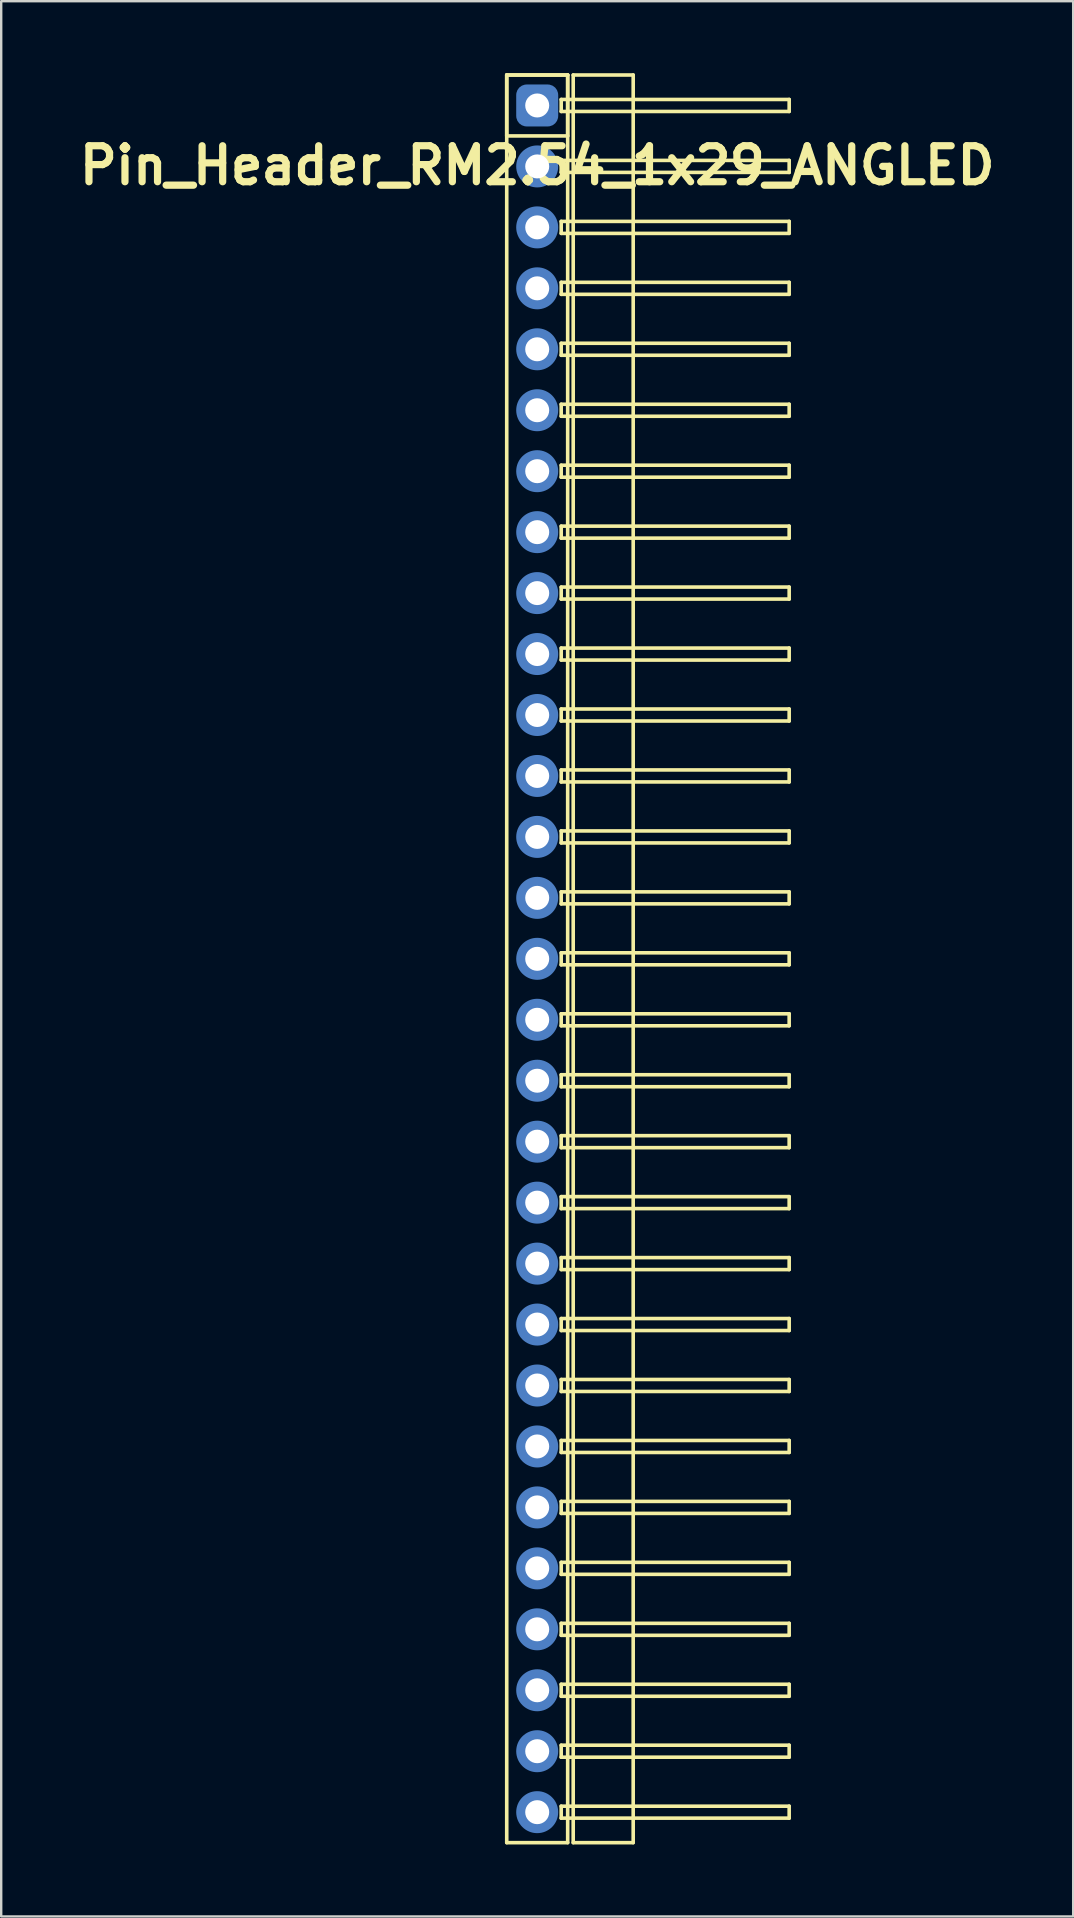
<source format=kicad_pcb>
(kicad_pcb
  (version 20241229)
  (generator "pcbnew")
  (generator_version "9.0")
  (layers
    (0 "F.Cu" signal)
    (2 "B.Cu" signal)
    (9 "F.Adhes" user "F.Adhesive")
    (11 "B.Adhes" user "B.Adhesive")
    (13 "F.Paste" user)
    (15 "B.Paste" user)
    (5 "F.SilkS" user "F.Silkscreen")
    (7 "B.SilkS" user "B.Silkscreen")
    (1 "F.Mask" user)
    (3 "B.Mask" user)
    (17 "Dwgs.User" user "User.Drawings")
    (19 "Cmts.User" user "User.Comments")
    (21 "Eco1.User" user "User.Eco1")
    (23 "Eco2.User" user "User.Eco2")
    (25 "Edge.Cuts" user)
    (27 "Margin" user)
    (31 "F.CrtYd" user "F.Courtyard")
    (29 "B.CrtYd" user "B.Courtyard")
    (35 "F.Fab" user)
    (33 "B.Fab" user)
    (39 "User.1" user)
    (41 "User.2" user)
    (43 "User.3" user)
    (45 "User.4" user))
  (footprint "Pin_Header_RM2.54_1x29_ANGLED"
    (layer "F.Cu")
    (at 19.336 1.345)
    (property "Reference" "Pin_Header_RM2.54_1x29_ANGLED" (at 0 2.5 0) (layer "F.SilkS") (effects (font (size 1.5 1.5) (thickness 0.3))))
    (attr through_hole)
    (fp_line (start -1.27 -1.27) (end 1.27 -1.27) (stroke (width 0.15) (type solid)) (layer "F.SilkS"))
    (fp_line (start -1.27 -1.27) (end 1.27 -1.27) (stroke (width 0.15) (type solid)) (layer "F.SilkS"))
    (fp_line (start -1.27 1.27) (end -1.27 -1.27) (stroke (width 0.15) (type solid)) (layer "F.SilkS"))
    (fp_line (start -1.27 72.39) (end -1.27 -1.27) (stroke (width 0.15) (type solid)) (layer "F.SilkS"))
    (fp_line (start 1 -0.25) (end 10.5 -0.25) (stroke (width 0.15) (type solid)) (layer "F.SilkS"))
    (fp_line (start 1 0.25) (end 1 -0.25) (stroke (width 0.15) (type solid)) (layer "F.SilkS"))
    (fp_line (start 1 2.29) (end 10.5 2.29) (stroke (width 0.15) (type solid)) (layer "F.SilkS"))
    (fp_line (start 1 2.79) (end 1 2.29) (stroke (width 0.15) (type solid)) (layer "F.SilkS"))
    (fp_line (start 1 4.83) (end 10.5 4.83) (stroke (width 0.15) (type solid)) (layer "F.SilkS"))
    (fp_line (start 1 5.33) (end 1 4.83) (stroke (width 0.15) (type solid)) (layer "F.SilkS"))
    (fp_line (start 1 7.37) (end 10.5 7.37) (stroke (width 0.15) (type solid)) (layer "F.SilkS"))
    (fp_line (start 1 7.87) (end 1 7.37) (stroke (width 0.15) (type solid)) (layer "F.SilkS"))
    (fp_line (start 1 9.91) (end 10.5 9.91) (stroke (width 0.15) (type solid)) (layer "F.SilkS"))
    (fp_line (start 1 10.41) (end 1 9.91) (stroke (width 0.15) (type solid)) (layer "F.SilkS"))
    (fp_line (start 1 12.45) (end 10.5 12.45) (stroke (width 0.15) (type solid)) (layer "F.SilkS"))
    (fp_line (start 1 12.95) (end 1 12.45) (stroke (width 0.15) (type solid)) (layer "F.SilkS"))
    (fp_line (start 1 14.99) (end 10.5 14.99) (stroke (width 0.15) (type solid)) (layer "F.SilkS"))
    (fp_line (start 1 15.49) (end 1 14.99) (stroke (width 0.15) (type solid)) (layer "F.SilkS"))
    (fp_line (start 1 17.53) (end 10.5 17.53) (stroke (width 0.15) (type solid)) (layer "F.SilkS"))
    (fp_line (start 1 18.03) (end 1 17.53) (stroke (width 0.15) (type solid)) (layer "F.SilkS"))
    (fp_line (start 1 20.07) (end 10.5 20.07) (stroke (width 0.15) (type solid)) (layer "F.SilkS"))
    (fp_line (start 1 20.57) (end 1 20.07) (stroke (width 0.15) (type solid)) (layer "F.SilkS"))
    (fp_line (start 1 22.61) (end 10.5 22.61) (stroke (width 0.15) (type solid)) (layer "F.SilkS"))
    (fp_line (start 1 23.11) (end 1 22.61) (stroke (width 0.15) (type solid)) (layer "F.SilkS"))
    (fp_line (start 1 25.15) (end 10.5 25.15) (stroke (width 0.15) (type solid)) (layer "F.SilkS"))
    (fp_line (start 1 25.65) (end 1 25.15) (stroke (width 0.15) (type solid)) (layer "F.SilkS"))
    (fp_line (start 1 27.69) (end 10.5 27.69) (stroke (width 0.15) (type solid)) (layer "F.SilkS"))
    (fp_line (start 1 28.19) (end 1 27.69) (stroke (width 0.15) (type solid)) (layer "F.SilkS"))
    (fp_line (start 1 30.23) (end 10.5 30.23) (stroke (width 0.15) (type solid)) (layer "F.SilkS"))
    (fp_line (start 1 30.73) (end 1 30.23) (stroke (width 0.15) (type solid)) (layer "F.SilkS"))
    (fp_line (start 1 32.77) (end 10.5 32.77) (stroke (width 0.15) (type solid)) (layer "F.SilkS"))
    (fp_line (start 1 33.27) (end 1 32.77) (stroke (width 0.15) (type solid)) (layer "F.SilkS"))
    (fp_line (start 1 35.31) (end 10.5 35.31) (stroke (width 0.15) (type solid)) (layer "F.SilkS"))
    (fp_line (start 1 35.81) (end 1 35.31) (stroke (width 0.15) (type solid)) (layer "F.SilkS"))
    (fp_line (start 1 37.85) (end 10.5 37.85) (stroke (width 0.15) (type solid)) (layer "F.SilkS"))
    (fp_line (start 1 38.35) (end 1 37.85) (stroke (width 0.15) (type solid)) (layer "F.SilkS"))
    (fp_line (start 1 40.39) (end 10.5 40.39) (stroke (width 0.15) (type solid)) (layer "F.SilkS"))
    (fp_line (start 1 40.89) (end 1 40.39) (stroke (width 0.15) (type solid)) (layer "F.SilkS"))
    (fp_line (start 1 42.93) (end 10.5 42.93) (stroke (width 0.15) (type solid)) (layer "F.SilkS"))
    (fp_line (start 1 43.43) (end 1 42.93) (stroke (width 0.15) (type solid)) (layer "F.SilkS"))
    (fp_line (start 1 45.47) (end 10.5 45.47) (stroke (width 0.15) (type solid)) (layer "F.SilkS"))
    (fp_line (start 1 45.97) (end 1 45.47) (stroke (width 0.15) (type solid)) (layer "F.SilkS"))
    (fp_line (start 1 48.01) (end 10.5 48.01) (stroke (width 0.15) (type solid)) (layer "F.SilkS"))
    (fp_line (start 1 48.51) (end 1 48.01) (stroke (width 0.15) (type solid)) (layer "F.SilkS"))
    (fp_line (start 1 50.55) (end 10.5 50.55) (stroke (width 0.15) (type solid)) (layer "F.SilkS"))
    (fp_line (start 1 51.05) (end 1 50.55) (stroke (width 0.15) (type solid)) (layer "F.SilkS"))
    (fp_line (start 1 53.09) (end 10.5 53.09) (stroke (width 0.15) (type solid)) (layer "F.SilkS"))
    (fp_line (start 1 53.59) (end 1 53.09) (stroke (width 0.15) (type solid)) (layer "F.SilkS"))
    (fp_line (start 1 55.63) (end 10.5 55.63) (stroke (width 0.15) (type solid)) (layer "F.SilkS"))
    (fp_line (start 1 56.13) (end 1 55.63) (stroke (width 0.15) (type solid)) (layer "F.SilkS"))
    (fp_line (start 1 58.17) (end 10.5 58.17) (stroke (width 0.15) (type solid)) (layer "F.SilkS"))
    (fp_line (start 1 58.67) (end 1 58.17) (stroke (width 0.15) (type solid)) (layer "F.SilkS"))
    (fp_line (start 1 60.71) (end 10.5 60.71) (stroke (width 0.15) (type solid)) (layer "F.SilkS"))
    (fp_line (start 1 61.21) (end 1 60.71) (stroke (width 0.15) (type solid)) (layer "F.SilkS"))
    (fp_line (start 1 63.25) (end 10.5 63.25) (stroke (width 0.15) (type solid)) (layer "F.SilkS"))
    (fp_line (start 1 63.75) (end 1 63.25) (stroke (width 0.15) (type solid)) (layer "F.SilkS"))
    (fp_line (start 1 65.79) (end 10.5 65.79) (stroke (width 0.15) (type solid)) (layer "F.SilkS"))
    (fp_line (start 1 66.29) (end 1 65.79) (stroke (width 0.15) (type solid)) (layer "F.SilkS"))
    (fp_line (start 1 68.33) (end 10.5 68.33) (stroke (width 0.15) (type solid)) (layer "F.SilkS"))
    (fp_line (start 1 68.83) (end 1 68.33) (stroke (width 0.15) (type solid)) (layer "F.SilkS"))
    (fp_line (start 1 70.87) (end 10.5 70.87) (stroke (width 0.15) (type solid)) (layer "F.SilkS"))
    (fp_line (start 1 71.37) (end 1 70.87) (stroke (width 0.15) (type solid)) (layer "F.SilkS"))
    (fp_line (start 1.27 -1.27) (end 1.27 1.27) (stroke (width 0.15) (type solid)) (layer "F.SilkS"))
    (fp_line (start 1.27 -1.27) (end 1.27 72.39) (stroke (width 0.15) (type solid)) (layer "F.SilkS"))
    (fp_line (start 1.27 1.27) (end -1.27 1.27) (stroke (width 0.15) (type solid)) (layer "F.SilkS"))
    (fp_line (start 1.27 72.39) (end -1.27 72.39) (stroke (width 0.15) (type solid)) (layer "F.SilkS"))
    (fp_line (start 1.5 -1.27) (end 4 -1.27) (stroke (width 0.15) (type solid)) (layer "F.SilkS"))
    (fp_line (start 1.5 72.39) (end 1.5 -1.27) (stroke (width 0.15) (type solid)) (layer "F.SilkS"))
    (fp_line (start 4 -1.27) (end 4 72.39) (stroke (width 0.15) (type solid)) (layer "F.SilkS"))
    (fp_line (start 4 72.39) (end 1.5 72.39) (stroke (width 0.15) (type solid)) (layer "F.SilkS"))
    (fp_line (start 10.5 -0.25) (end 10.5 0.25) (stroke (width 0.15) (type solid)) (layer "F.SilkS"))
    (fp_line (start 10.5 0.25) (end 1 0.25) (stroke (width 0.15) (type solid)) (layer "F.SilkS"))
    (fp_line (start 10.5 2.29) (end 10.5 2.79) (stroke (width 0.15) (type solid)) (layer "F.SilkS"))
    (fp_line (start 10.5 2.79) (end 1 2.79) (stroke (width 0.15) (type solid)) (layer "F.SilkS"))
    (fp_line (start 10.5 4.83) (end 10.5 5.33) (stroke (width 0.15) (type solid)) (layer "F.SilkS"))
    (fp_line (start 10.5 5.33) (end 1 5.33) (stroke (width 0.15) (type solid)) (layer "F.SilkS"))
    (fp_line (start 10.5 7.37) (end 10.5 7.87) (stroke (width 0.15) (type solid)) (layer "F.SilkS"))
    (fp_line (start 10.5 7.87) (end 1 7.87) (stroke (width 0.15) (type solid)) (layer "F.SilkS"))
    (fp_line (start 10.5 9.91) (end 10.5 10.41) (stroke (width 0.15) (type solid)) (layer "F.SilkS"))
    (fp_line (start 10.5 10.41) (end 1 10.41) (stroke (width 0.15) (type solid)) (layer "F.SilkS"))
    (fp_line (start 10.5 12.45) (end 10.5 12.95) (stroke (width 0.15) (type solid)) (layer "F.SilkS"))
    (fp_line (start 10.5 12.95) (end 1 12.95) (stroke (width 0.15) (type solid)) (layer "F.SilkS"))
    (fp_line (start 10.5 14.99) (end 10.5 15.49) (stroke (width 0.15) (type solid)) (layer "F.SilkS"))
    (fp_line (start 10.5 15.49) (end 1 15.49) (stroke (width 0.15) (type solid)) (layer "F.SilkS"))
    (fp_line (start 10.5 17.53) (end 10.5 18.03) (stroke (width 0.15) (type solid)) (layer "F.SilkS"))
    (fp_line (start 10.5 18.03) (end 1 18.03) (stroke (width 0.15) (type solid)) (layer "F.SilkS"))
    (fp_line (start 10.5 20.07) (end 10.5 20.57) (stroke (width 0.15) (type solid)) (layer "F.SilkS"))
    (fp_line (start 10.5 20.57) (end 1 20.57) (stroke (width 0.15) (type solid)) (layer "F.SilkS"))
    (fp_line (start 10.5 22.61) (end 10.5 23.11) (stroke (width 0.15) (type solid)) (layer "F.SilkS"))
    (fp_line (start 10.5 23.11) (end 1 23.11) (stroke (width 0.15) (type solid)) (layer "F.SilkS"))
    (fp_line (start 10.5 25.15) (end 10.5 25.65) (stroke (width 0.15) (type solid)) (layer "F.SilkS"))
    (fp_line (start 10.5 25.65) (end 1 25.65) (stroke (width 0.15) (type solid)) (layer "F.SilkS"))
    (fp_line (start 10.5 27.69) (end 10.5 28.19) (stroke (width 0.15) (type solid)) (layer "F.SilkS"))
    (fp_line (start 10.5 28.19) (end 1 28.19) (stroke (width 0.15) (type solid)) (layer "F.SilkS"))
    (fp_line (start 10.5 30.23) (end 10.5 30.73) (stroke (width 0.15) (type solid)) (layer "F.SilkS"))
    (fp_line (start 10.5 30.73) (end 1 30.73) (stroke (width 0.15) (type solid)) (layer "F.SilkS"))
    (fp_line (start 10.5 32.77) (end 10.5 33.27) (stroke (width 0.15) (type solid)) (layer "F.SilkS"))
    (fp_line (start 10.5 33.27) (end 1 33.27) (stroke (width 0.15) (type solid)) (layer "F.SilkS"))
    (fp_line (start 10.5 35.31) (end 10.5 35.81) (stroke (width 0.15) (type solid)) (layer "F.SilkS"))
    (fp_line (start 10.5 35.81) (end 1 35.81) (stroke (width 0.15) (type solid)) (layer "F.SilkS"))
    (fp_line (start 10.5 37.85) (end 10.5 38.35) (stroke (width 0.15) (type solid)) (layer "F.SilkS"))
    (fp_line (start 10.5 38.35) (end 1 38.35) (stroke (width 0.15) (type solid)) (layer "F.SilkS"))
    (fp_line (start 10.5 40.39) (end 10.5 40.89) (stroke (width 0.15) (type solid)) (layer "F.SilkS"))
    (fp_line (start 10.5 40.89) (end 1 40.89) (stroke (width 0.15) (type solid)) (layer "F.SilkS"))
    (fp_line (start 10.5 42.93) (end 10.5 43.43) (stroke (width 0.15) (type solid)) (layer "F.SilkS"))
    (fp_line (start 10.5 43.43) (end 1 43.43) (stroke (width 0.15) (type solid)) (layer "F.SilkS"))
    (fp_line (start 10.5 45.47) (end 10.5 45.97) (stroke (width 0.15) (type solid)) (layer "F.SilkS"))
    (fp_line (start 10.5 45.97) (end 1 45.97) (stroke (width 0.15) (type solid)) (layer "F.SilkS"))
    (fp_line (start 10.5 48.01) (end 10.5 48.51) (stroke (width 0.15) (type solid)) (layer "F.SilkS"))
    (fp_line (start 10.5 48.51) (end 1 48.51) (stroke (width 0.15) (type solid)) (layer "F.SilkS"))
    (fp_line (start 10.5 50.55) (end 10.5 51.05) (stroke (width 0.15) (type solid)) (layer "F.SilkS"))
    (fp_line (start 10.5 51.05) (end 1 51.05) (stroke (width 0.15) (type solid)) (layer "F.SilkS"))
    (fp_line (start 10.5 53.09) (end 10.5 53.59) (stroke (width 0.15) (type solid)) (layer "F.SilkS"))
    (fp_line (start 10.5 53.59) (end 1 53.59) (stroke (width 0.15) (type solid)) (layer "F.SilkS"))
    (fp_line (start 10.5 55.63) (end 10.5 56.13) (stroke (width 0.15) (type solid)) (layer "F.SilkS"))
    (fp_line (start 10.5 56.13) (end 1 56.13) (stroke (width 0.15) (type solid)) (layer "F.SilkS"))
    (fp_line (start 10.5 58.17) (end 10.5 58.67) (stroke (width 0.15) (type solid)) (layer "F.SilkS"))
    (fp_line (start 10.5 58.67) (end 1 58.67) (stroke (width 0.15) (type solid)) (layer "F.SilkS"))
    (fp_line (start 10.5 60.71) (end 10.5 61.21) (stroke (width 0.15) (type solid)) (layer "F.SilkS"))
    (fp_line (start 10.5 61.21) (end 1 61.21) (stroke (width 0.15) (type solid)) (layer "F.SilkS"))
    (fp_line (start 10.5 63.25) (end 10.5 63.75) (stroke (width 0.15) (type solid)) (layer "F.SilkS"))
    (fp_line (start 10.5 63.75) (end 1 63.75) (stroke (width 0.15) (type solid)) (layer "F.SilkS"))
    (fp_line (start 10.5 65.79) (end 10.5 66.29) (stroke (width 0.15) (type solid)) (layer "F.SilkS"))
    (fp_line (start 10.5 66.29) (end 1 66.29) (stroke (width 0.15) (type solid)) (layer "F.SilkS"))
    (fp_line (start 10.5 68.33) (end 10.5 68.83) (stroke (width 0.15) (type solid)) (layer "F.SilkS"))
    (fp_line (start 10.5 68.83) (end 1 68.83) (stroke (width 0.15) (type solid)) (layer "F.SilkS"))
    (fp_line (start 10.5 70.87) (end 10.5 71.37) (stroke (width 0.15) (type solid)) (layer "F.SilkS"))
    (fp_line (start 10.5 71.37) (end 1 71.37) (stroke (width 0.15) (type solid)) (layer "F.SilkS"))
    (pad "1" thru_hole circle (at 0 0) (size 1.3 1.3) (drill 1) (layers "*.Cu" "*.Mask"))
    (pad "1" smd roundrect (at 0 0) (size 1.5 1.5) (layers "F.Cu" "F.Mask") (roundrect_rratio 0.25))
    (pad "1" smd roundrect (at 0 0) (size 1.75 1.75) (layers "B.Cu" "B.Mask") (roundrect_rratio 0.25))
    (pad "2" thru_hole circle (at 0 2.54) (size 1.3 1.3) (drill 1) (layers "*.Cu" "*.Mask"))
    (pad "2" smd circle (at 0 2.54) (size 1.5 1.5) (layers "F.Cu" "F.Mask"))
    (pad "2" smd circle (at 0 2.54) (size 1.75 1.75) (layers "B.Cu" "B.Mask"))
    (pad "3" thru_hole circle (at 0 5.08) (size 1.3 1.3) (drill 1) (layers "*.Cu" "*.Mask"))
    (pad "3" smd circle (at 0 5.08) (size 1.5 1.5) (layers "F.Cu" "F.Mask"))
    (pad "3" smd circle (at 0 5.08) (size 1.75 1.75) (layers "B.Cu" "B.Mask"))
    (pad "4" thru_hole circle (at 0 7.62) (size 1.3 1.3) (drill 1) (layers "*.Cu" "*.Mask"))
    (pad "4" smd circle (at 0 7.62) (size 1.5 1.5) (layers "F.Cu" "F.Mask"))
    (pad "4" smd circle (at 0 7.62) (size 1.75 1.75) (layers "B.Cu" "B.Mask"))
    (pad "5" thru_hole circle (at 0 10.16) (size 1.3 1.3) (drill 1) (layers "*.Cu" "*.Mask"))
    (pad "5" smd circle (at 0 10.16) (size 1.5 1.5) (layers "F.Cu" "F.Mask"))
    (pad "5" smd circle (at 0 10.16) (size 1.75 1.75) (layers "B.Cu" "B.Mask"))
    (pad "6" thru_hole circle (at 0 12.7) (size 1.3 1.3) (drill 1) (layers "*.Cu" "*.Mask"))
    (pad "6" smd circle (at 0 12.7) (size 1.5 1.5) (layers "F.Cu" "F.Mask"))
    (pad "6" smd circle (at 0 12.7) (size 1.75 1.75) (layers "B.Cu" "B.Mask"))
    (pad "7" thru_hole circle (at 0 15.24) (size 1.3 1.3) (drill 1) (layers "*.Cu" "*.Mask"))
    (pad "7" smd circle (at 0 15.24) (size 1.5 1.5) (layers "F.Cu" "F.Mask"))
    (pad "7" smd circle (at 0 15.24) (size 1.75 1.75) (layers "B.Cu" "B.Mask"))
    (pad "8" thru_hole circle (at 0 17.78) (size 1.3 1.3) (drill 1) (layers "*.Cu" "*.Mask"))
    (pad "8" smd circle (at 0 17.78) (size 1.5 1.5) (layers "F.Cu" "F.Mask"))
    (pad "8" smd circle (at 0 17.78) (size 1.75 1.75) (layers "B.Cu" "B.Mask"))
    (pad "9" thru_hole circle (at 0 20.32) (size 1.3 1.3) (drill 1) (layers "*.Cu" "*.Mask"))
    (pad "9" smd circle (at 0 20.32) (size 1.5 1.5) (layers "F.Cu" "F.Mask"))
    (pad "9" smd circle (at 0 20.32) (size 1.75 1.75) (layers "B.Cu" "B.Mask"))
    (pad "10" thru_hole circle (at 0 22.86) (size 1.3 1.3) (drill 1) (layers "*.Cu" "*.Mask"))
    (pad "10" smd circle (at 0 22.86) (size 1.5 1.5) (layers "F.Cu" "F.Mask"))
    (pad "10" smd circle (at 0 22.86) (size 1.75 1.75) (layers "B.Cu" "B.Mask"))
    (pad "11" thru_hole circle (at 0 25.4) (size 1.3 1.3) (drill 1) (layers "*.Cu" "*.Mask"))
    (pad "11" smd circle (at 0 25.4) (size 1.5 1.5) (layers "F.Cu" "F.Mask"))
    (pad "11" smd circle (at 0 25.4) (size 1.75 1.75) (layers "B.Cu" "B.Mask"))
    (pad "12" thru_hole circle (at 0 27.94) (size 1.3 1.3) (drill 1) (layers "*.Cu" "*.Mask"))
    (pad "12" smd circle (at 0 27.94) (size 1.5 1.5) (layers "F.Cu" "F.Mask"))
    (pad "12" smd circle (at 0 27.94) (size 1.75 1.75) (layers "B.Cu" "B.Mask"))
    (pad "13" thru_hole circle (at 0 30.48) (size 1.3 1.3) (drill 1) (layers "*.Cu" "*.Mask"))
    (pad "13" smd circle (at 0 30.48) (size 1.5 1.5) (layers "F.Cu" "F.Mask"))
    (pad "13" smd circle (at 0 30.48) (size 1.75 1.75) (layers "B.Cu" "B.Mask"))
    (pad "14" thru_hole circle (at 0 33.02) (size 1.3 1.3) (drill 1) (layers "*.Cu" "*.Mask"))
    (pad "14" smd circle (at 0 33.02) (size 1.5 1.5) (layers "F.Cu" "F.Mask"))
    (pad "14" smd circle (at 0 33.02) (size 1.75 1.75) (layers "B.Cu" "B.Mask"))
    (pad "15" thru_hole circle (at 0 35.56) (size 1.3 1.3) (drill 1) (layers "*.Cu" "*.Mask"))
    (pad "15" smd circle (at 0 35.56) (size 1.5 1.5) (layers "F.Cu" "F.Mask"))
    (pad "15" smd circle (at 0 35.56) (size 1.75 1.75) (layers "B.Cu" "B.Mask"))
    (pad "16" thru_hole circle (at 0 38.1) (size 1.3 1.3) (drill 1) (layers "*.Cu" "*.Mask"))
    (pad "16" smd circle (at 0 38.1) (size 1.5 1.5) (layers "F.Cu" "F.Mask"))
    (pad "16" smd circle (at 0 38.1) (size 1.75 1.75) (layers "B.Cu" "B.Mask"))
    (pad "17" thru_hole circle (at 0 40.64) (size 1.3 1.3) (drill 1) (layers "*.Cu" "*.Mask"))
    (pad "17" smd circle (at 0 40.64) (size 1.5 1.5) (layers "F.Cu" "F.Mask"))
    (pad "17" smd circle (at 0 40.64) (size 1.75 1.75) (layers "B.Cu" "B.Mask"))
    (pad "18" thru_hole circle (at 0 43.18) (size 1.3 1.3) (drill 1) (layers "*.Cu" "*.Mask"))
    (pad "18" smd circle (at 0 43.18) (size 1.5 1.5) (layers "F.Cu" "F.Mask"))
    (pad "18" smd circle (at 0 43.18) (size 1.75 1.75) (layers "B.Cu" "B.Mask"))
    (pad "19" thru_hole circle (at 0 45.72) (size 1.3 1.3) (drill 1) (layers "*.Cu" "*.Mask"))
    (pad "19" smd circle (at 0 45.72) (size 1.5 1.5) (layers "F.Cu" "F.Mask"))
    (pad "19" smd circle (at 0 45.72) (size 1.75 1.75) (layers "B.Cu" "B.Mask"))
    (pad "20" thru_hole circle (at 0 48.26) (size 1.3 1.3) (drill 1) (layers "*.Cu" "*.Mask"))
    (pad "20" smd circle (at 0 48.26) (size 1.5 1.5) (layers "F.Cu" "F.Mask"))
    (pad "20" smd circle (at 0 48.26) (size 1.75 1.75) (layers "B.Cu" "B.Mask"))
    (pad "21" thru_hole circle (at 0 50.8) (size 1.3 1.3) (drill 1) (layers "*.Cu" "*.Mask"))
    (pad "21" smd circle (at 0 50.8) (size 1.5 1.5) (layers "F.Cu" "F.Mask"))
    (pad "21" smd circle (at 0 50.8) (size 1.75 1.75) (layers "B.Cu" "B.Mask"))
    (pad "22" thru_hole circle (at 0 53.34) (size 1.3 1.3) (drill 1) (layers "*.Cu" "*.Mask"))
    (pad "22" smd circle (at 0 53.34) (size 1.5 1.5) (layers "F.Cu" "F.Mask"))
    (pad "22" smd circle (at 0 53.34) (size 1.75 1.75) (layers "B.Cu" "B.Mask"))
    (pad "23" thru_hole circle (at 0 55.88) (size 1.3 1.3) (drill 1) (layers "*.Cu" "*.Mask"))
    (pad "23" smd circle (at 0 55.88) (size 1.5 1.5) (layers "F.Cu" "F.Mask"))
    (pad "23" smd circle (at 0 55.88) (size 1.75 1.75) (layers "B.Cu" "B.Mask"))
    (pad "24" thru_hole circle (at 0 58.42) (size 1.3 1.3) (drill 1) (layers "*.Cu" "*.Mask"))
    (pad "24" smd circle (at 0 58.42) (size 1.5 1.5) (layers "F.Cu" "F.Mask"))
    (pad "24" smd circle (at 0 58.42) (size 1.75 1.75) (layers "B.Cu" "B.Mask"))
    (pad "25" thru_hole circle (at 0 60.96) (size 1.3 1.3) (drill 1) (layers "*.Cu" "*.Mask"))
    (pad "25" smd circle (at 0 60.96) (size 1.5 1.5) (layers "F.Cu" "F.Mask"))
    (pad "25" smd circle (at 0 60.96) (size 1.75 1.75) (layers "B.Cu" "B.Mask"))
    (pad "26" thru_hole circle (at 0 63.5) (size 1.3 1.3) (drill 1) (layers "*.Cu" "*.Mask"))
    (pad "26" smd circle (at 0 63.5) (size 1.5 1.5) (layers "F.Cu" "F.Mask"))
    (pad "26" smd circle (at 0 63.5) (size 1.75 1.75) (layers "B.Cu" "B.Mask"))
    (pad "27" thru_hole circle (at 0 66.04) (size 1.3 1.3) (drill 1) (layers "*.Cu" "*.Mask"))
    (pad "27" smd circle (at 0 66.04) (size 1.5 1.5) (layers "F.Cu" "F.Mask"))
    (pad "27" smd circle (at 0 66.04) (size 1.75 1.75) (layers "B.Cu" "B.Mask"))
    (pad "28" thru_hole circle (at 0 68.58) (size 1.3 1.3) (drill 1) (layers "*.Cu" "*.Mask"))
    (pad "28" smd circle (at 0 68.58) (size 1.5 1.5) (layers "F.Cu" "F.Mask"))
    (pad "28" smd circle (at 0 68.58) (size 1.75 1.75) (layers "B.Cu" "B.Mask"))
    (pad "29" thru_hole circle (at 0 71.12) (size 1.3 1.3) (drill 1) (layers "*.Cu" "*.Mask"))
    (pad "29" smd circle (at 0 71.12) (size 1.5 1.5) (layers "F.Cu" "F.Mask"))
    (pad "29" smd circle (at 0 71.12) (size 1.75 1.75) (layers "B.Cu" "B.Mask")))
  (gr_rect
    (start -3 -3)
    (end 41.671 76.81)
    (stroke (width 0.1) (type default))
    (fill no)
    (layer "Edge.Cuts")))
</source>
